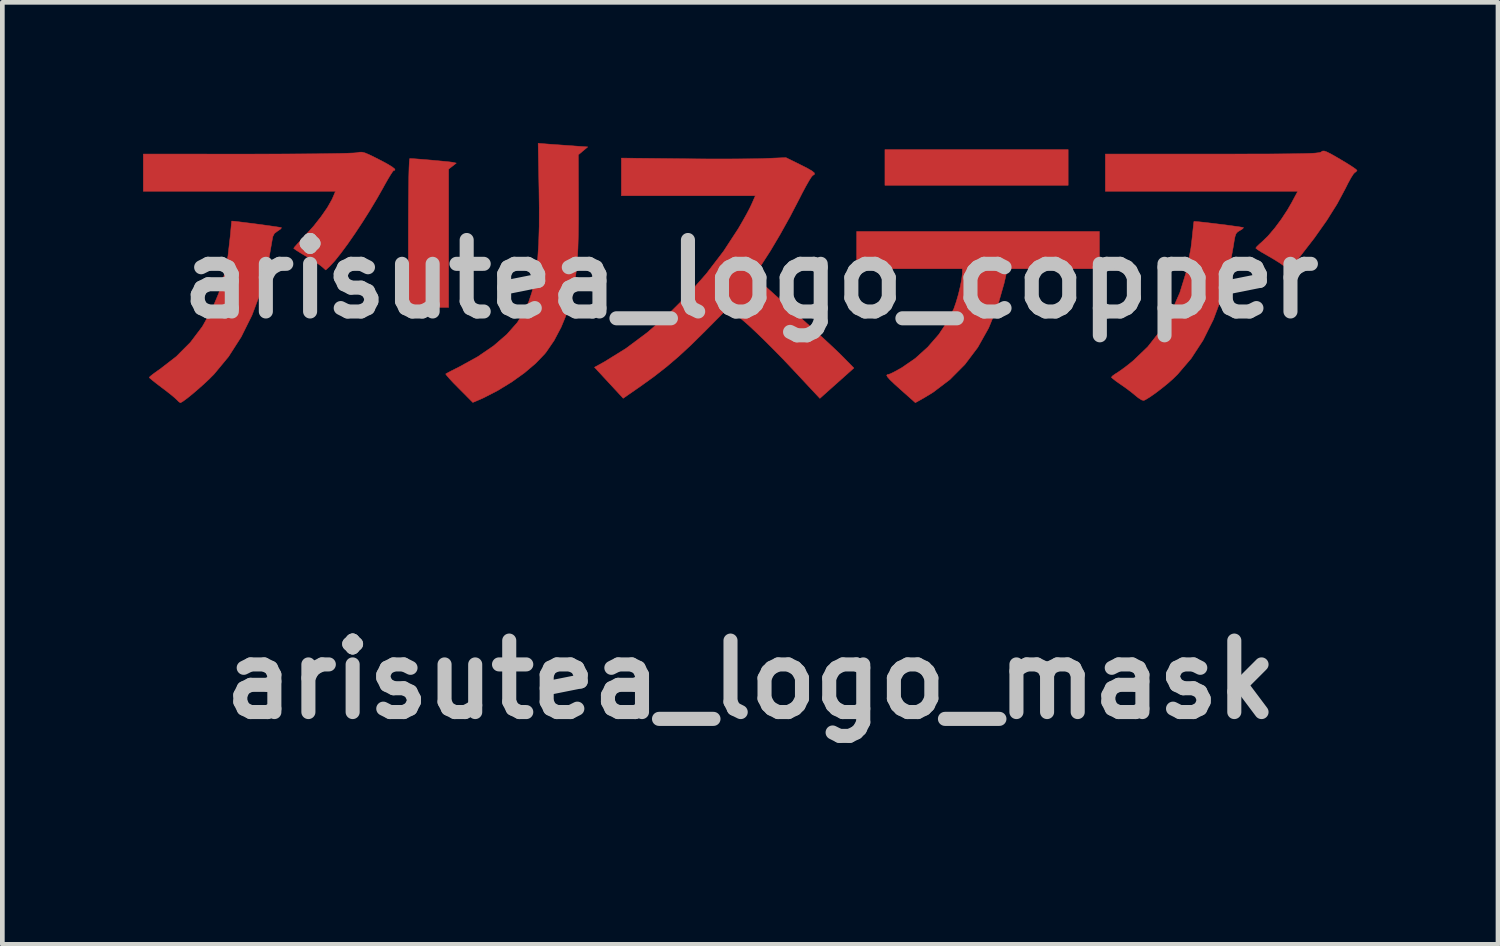
<source format=kicad_pcb>
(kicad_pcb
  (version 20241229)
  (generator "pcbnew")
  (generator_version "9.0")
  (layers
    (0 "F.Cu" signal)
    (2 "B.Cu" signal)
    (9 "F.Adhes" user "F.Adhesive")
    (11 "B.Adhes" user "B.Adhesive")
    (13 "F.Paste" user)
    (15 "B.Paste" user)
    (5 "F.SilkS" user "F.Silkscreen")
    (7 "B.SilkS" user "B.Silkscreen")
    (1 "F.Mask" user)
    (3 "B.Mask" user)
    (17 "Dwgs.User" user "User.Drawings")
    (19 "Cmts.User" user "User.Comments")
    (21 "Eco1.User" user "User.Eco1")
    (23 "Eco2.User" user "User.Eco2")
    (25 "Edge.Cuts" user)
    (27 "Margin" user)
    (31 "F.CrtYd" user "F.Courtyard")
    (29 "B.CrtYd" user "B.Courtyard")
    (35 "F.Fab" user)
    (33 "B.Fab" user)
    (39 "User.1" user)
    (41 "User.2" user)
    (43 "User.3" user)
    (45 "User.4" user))
  (footprint "arisutea_logo_mask"
    (layer "F.Cu")
    (at 12.959 11.441)
    (property "Reference" "arisutea_logo_mask" (at 0 0 0) (layer "Dwgs.User") (effects (font (size 1.524 1.524) (thickness 0.3))))
    (attr through_hole)
    (fp_poly (pts (xy 6.763 -2) (xy 2.857 -2) (xy 2.857 -2.762) (xy 6.763 -2.762) (xy 6.763 -2)) (stroke (width 0.01) (type solid)) (fill yes) (layer "F.Mask"))
    (fp_poly (pts (xy -7.211 -2.569) (xy -7.104 -2.561) (xy -6.966 -2.55) (xy -6.814 -2.537) (xy -6.662 -2.523) (xy -6.525 -2.51) (xy -6.419 -2.499) (xy -6.359 -2.491) (xy -6.355 -2.49) (xy -6.281 -2.474) (xy -6.445 -2.345) (xy -6.445 0.603) (xy -7.303 0.603) (xy -7.303 -0.984) (xy -7.302 -1.35) (xy -7.3 -1.675) (xy -7.297 -1.955) (xy -7.294 -2.186) (xy -7.289 -2.367) (xy -7.283 -2.493) (xy -7.277 -2.56) (xy -7.272 -2.572) (xy -7.211 -2.569)) (stroke (width 0.01) (type solid)) (fill yes) (layer "F.Mask"))
    (fp_poly (pts (xy 7.429 -0.222) (xy 5.469 -0.222) (xy 5.398 0.087) (xy 5.255 0.587) (xy 5.068 1.042) (xy 4.837 1.454) (xy 4.561 1.82) (xy 4.243 2.14) (xy 3.882 2.414) (xy 3.681 2.536) (xy 3.505 2.634) (xy 3.197 2.36) (xy 3.058 2.235) (xy 2.964 2.145) (xy 2.911 2.084) (xy 2.894 2.049) (xy 2.91 2.034) (xy 2.93 2.032) (xy 2.974 2.017) (xy 3.057 1.976) (xy 3.165 1.917) (xy 3.217 1.887) (xy 3.503 1.69) (xy 3.769 1.45) (xy 4.005 1.179) (xy 4.199 0.889) (xy 4.327 0.628) (xy 4.375 0.489) (xy 4.423 0.325) (xy 4.464 0.155) (xy 4.494 -0.001) (xy 4.508 -0.121) (xy 4.508 -0.142) (xy 4.508 -0.222) (xy 2.254 -0.222) (xy 2.254 -1.016) (xy 7.429 -1.016) (xy 7.429 -0.222)) (stroke (width 0.01) (type solid)) (fill yes) (layer "F.Mask"))
    (fp_poly (pts (xy -4.292 -2.877) (xy -4.138 -2.866) (xy -3.957 -2.853) (xy -3.784 -2.841) (xy -3.764 -2.839) (xy -3.479 -2.819) (xy -3.579 -2.735) (xy -3.679 -2.651) (xy -3.676 -1.619) (xy -3.676 -1.249) (xy -3.68 -0.932) (xy -3.688 -0.661) (xy -3.7 -0.425) (xy -3.718 -0.216) (xy -3.743 -0.024) (xy -3.774 0.16) (xy -3.812 0.345) (xy -3.828 0.413) (xy -3.92 0.719) (xy -4.046 1.025) (xy -4.197 1.31) (xy -4.365 1.555) (xy -4.397 1.595) (xy -4.589 1.795) (xy -4.828 1.998) (xy -5.102 2.194) (xy -5.396 2.374) (xy -5.695 2.528) (xy -5.814 2.581) (xy -5.929 2.629) (xy -6.225 2.331) (xy -6.334 2.221) (xy -6.422 2.127) (xy -6.482 2.058) (xy -6.507 2.023) (xy -6.507 2.021) (xy -6.474 2.002) (xy -6.398 1.961) (xy -6.289 1.906) (xy -6.206 1.864) (xy -5.819 1.65) (xy -5.485 1.421) (xy -5.204 1.178) (xy -4.981 0.926) (xy -4.819 0.666) (xy -4.815 0.659) (xy -4.736 0.48) (xy -4.671 0.286) (xy -4.617 0.072) (xy -4.576 -0.17) (xy -4.545 -0.444) (xy -4.525 -0.758) (xy -4.514 -1.118) (xy -4.513 -1.529) (xy -4.518 -1.916) (xy -4.536 -2.896) (xy -4.292 -2.877)) (stroke (width 0.01) (type solid)) (fill yes) (layer "F.Mask"))
    (fp_poly (pts (xy 12.276 -2.713) (xy 12.359 -2.672) (xy 12.481 -2.603) (xy 12.567 -2.552) (xy 12.7 -2.473) (xy 12.81 -2.403) (xy 12.887 -2.35) (xy 12.921 -2.32) (xy 12.922 -2.318) (xy 12.897 -2.286) (xy 12.876 -2.275) (xy 12.844 -2.241) (xy 12.793 -2.161) (xy 12.731 -2.048) (xy 12.672 -1.93) (xy 12.498 -1.605) (xy 12.275 -1.25) (xy 12.008 -0.872) (xy 11.701 -0.476) (xy 11.619 -0.377) (xy 11.472 -0.199) (xy 11.348 -0.293) (xy 11.258 -0.355) (xy 11.137 -0.43) (xy 11.008 -0.505) (xy 10.993 -0.514) (xy 10.888 -0.574) (xy 10.808 -0.625) (xy 10.766 -0.658) (xy 10.763 -0.663) (xy 10.786 -0.694) (xy 10.844 -0.75) (xy 10.9 -0.799) (xy 11.025 -0.921) (xy 11.164 -1.084) (xy 11.306 -1.274) (xy 11.438 -1.475) (xy 11.526 -1.627) (xy 11.658 -1.873) (xy 7.556 -1.873) (xy 7.556 -2.667) (xy 9.832 -2.667) (xy 10.273 -2.667) (xy 10.656 -2.668) (xy 10.983 -2.668) (xy 11.259 -2.67) (xy 11.489 -2.672) (xy 11.677 -2.675) (xy 11.826 -2.678) (xy 11.942 -2.682) (xy 12.028 -2.687) (xy 12.09 -2.694) (xy 12.13 -2.701) (xy 12.153 -2.709) (xy 12.16 -2.714) (xy 12.186 -2.731) (xy 12.222 -2.732) (xy 12.276 -2.713)) (stroke (width 0.01) (type solid)) (fill yes) (layer "F.Mask"))
    (fp_poly (pts (xy -11.008 -1.233) (xy -10.904 -1.221) (xy -10.768 -1.204) (xy -10.615 -1.185) (xy -10.455 -1.164) (xy -10.303 -1.143) (xy -10.17 -1.124) (xy -10.07 -1.109) (xy -10.015 -1.099) (xy -10.008 -1.097) (xy -10.022 -1.073) (xy -10.076 -1.034) (xy -10.091 -1.025) (xy -10.158 -0.975) (xy -10.193 -0.907) (xy -10.208 -0.826) (xy -10.306 -0.264) (xy -10.449 0.269) (xy -10.637 0.77) (xy -10.867 1.232) (xy -11.137 1.653) (xy -11.445 2.025) (xy -11.447 2.027) (xy -11.543 2.124) (xy -11.658 2.232) (xy -11.782 2.342) (xy -11.903 2.446) (xy -12.013 2.535) (xy -12.101 2.6) (xy -12.156 2.633) (xy -12.165 2.635) (xy -12.197 2.614) (xy -12.242 2.569) (xy -12.292 2.523) (xy -12.38 2.45) (xy -12.491 2.364) (xy -12.564 2.309) (xy -12.673 2.226) (xy -12.76 2.157) (xy -12.815 2.11) (xy -12.827 2.095) (xy -12.803 2.069) (xy -12.738 2.018) (xy -12.644 1.95) (xy -12.608 1.926) (xy -12.251 1.65) (xy -11.949 1.347) (xy -11.695 1.011) (xy -11.493 0.651) (xy -11.345 0.299) (xy -11.232 -0.079) (xy -11.149 -0.494) (xy -11.096 -0.956) (xy -11.096 -0.96) (xy -11.085 -1.084) (xy -11.076 -1.179) (xy -11.07 -1.232) (xy -11.069 -1.238) (xy -11.008 -1.233)) (stroke (width 0.01) (type solid)) (fill yes) (layer "F.Mask"))
    (fp_poly (pts (xy 9.477 -1.229) (xy 9.559 -1.222) (xy 9.678 -1.209) (xy 9.823 -1.192) (xy 9.979 -1.173) (xy 10.135 -1.154) (xy 10.278 -1.134) (xy 10.395 -1.118) (xy 10.474 -1.105) (xy 10.501 -1.099) (xy 10.486 -1.076) (xy 10.431 -1.041) (xy 10.421 -1.035) (xy 10.374 -1.006) (xy 10.342 -0.968) (xy 10.32 -0.906) (xy 10.301 -0.805) (xy 10.289 -0.723) (xy 10.184 -0.151) (xy 10.04 0.379) (xy 9.858 0.864) (xy 9.639 1.303) (xy 9.385 1.692) (xy 9.095 2.031) (xy 9.003 2.121) (xy 8.888 2.223) (xy 8.758 2.328) (xy 8.627 2.428) (xy 8.507 2.512) (xy 8.414 2.569) (xy 8.375 2.587) (xy 8.33 2.576) (xy 8.259 2.531) (xy 8.209 2.491) (xy 8.117 2.415) (xy 7.998 2.325) (xy 7.885 2.246) (xy 7.789 2.179) (xy 7.719 2.125) (xy 7.685 2.093) (xy 7.685 2.091) (xy 7.709 2.063) (xy 7.77 2.019) (xy 7.799 2.002) (xy 7.876 1.95) (xy 7.983 1.872) (xy 8.101 1.779) (xy 8.152 1.737) (xy 8.46 1.442) (xy 8.729 1.099) (xy 8.958 0.713) (xy 9.144 0.288) (xy 9.286 -0.171) (xy 9.38 -0.66) (xy 9.403 -0.852) (xy 9.418 -0.997) (xy 9.431 -1.117) (xy 9.44 -1.199) (xy 9.445 -1.23) (xy 9.477 -1.229)) (stroke (width 0.01) (type solid)) (fill yes) (layer "F.Mask"))
    (fp_poly (pts (xy -8.289 -2.707) (xy -8.226 -2.691) (xy -8.141 -2.655) (xy -8.02 -2.596) (xy -7.931 -2.551) (xy -7.761 -2.461) (xy -7.647 -2.392) (xy -7.59 -2.345) (xy -7.591 -2.321) (xy -7.615 -2.318) (xy -7.639 -2.291) (xy -7.686 -2.22) (xy -7.75 -2.113) (xy -7.823 -1.983) (xy -7.826 -1.976) (xy -7.966 -1.729) (xy -8.119 -1.473) (xy -8.279 -1.219) (xy -8.441 -0.974) (xy -8.597 -0.749) (xy -8.743 -0.552) (xy -8.871 -0.391) (xy -8.977 -0.276) (xy -8.99 -0.264) (xy -9.065 -0.195) (xy -9.154 -0.273) (xy -9.223 -0.324) (xy -9.328 -0.394) (xy -9.451 -0.47) (xy -9.496 -0.495) (xy -9.606 -0.561) (xy -9.692 -0.615) (xy -9.741 -0.65) (xy -9.747 -0.658) (xy -9.727 -0.687) (xy -9.67 -0.751) (xy -9.587 -0.841) (xy -9.496 -0.938) (xy -9.322 -1.131) (xy -9.164 -1.332) (xy -9.03 -1.525) (xy -8.932 -1.698) (xy -8.907 -1.754) (xy -8.857 -1.873) (xy -10.906 -1.873) (xy -12.954 -1.873) (xy -12.954 -2.27) (xy -12.954 -2.667) (xy -10.739 -2.666) (xy -10.32 -2.667) (xy -9.931 -2.668) (xy -9.576 -2.67) (xy -9.26 -2.672) (xy -8.987 -2.676) (xy -8.76 -2.68) (xy -8.585 -2.685) (xy -8.464 -2.69) (xy -8.402 -2.695) (xy -8.4 -2.696) (xy -8.343 -2.707) (xy -8.289 -2.707)) (stroke (width 0.01) (type solid)) (fill yes) (layer "F.Mask"))
    (fp_poly (pts (xy 1.056 -2.438) (xy 1.206 -2.362) (xy 1.302 -2.306) (xy 1.351 -2.266) (xy 1.357 -2.237) (xy 1.326 -2.215) (xy 1.318 -2.211) (xy 1.289 -2.178) (xy 1.238 -2.098) (xy 1.171 -1.98) (xy 1.093 -1.834) (xy 1.033 -1.716) (xy 0.834 -1.333) (xy 0.624 -0.956) (xy 0.415 -0.603) (xy 0.217 -0.296) (xy 0.064 -0.067) (xy 0.374 0.212) (xy 0.498 0.324) (xy 0.656 0.465) (xy 0.834 0.624) (xy 1.018 0.787) (xy 1.192 0.942) (xy 1.362 1.095) (xy 1.535 1.253) (xy 1.698 1.404) (xy 1.838 1.536) (xy 1.943 1.639) (xy 1.947 1.643) (xy 2.195 1.895) (xy 1.915 2.145) (xy 1.796 2.251) (xy 1.686 2.349) (xy 1.599 2.427) (xy 1.553 2.468) (xy 1.47 2.542) (xy 0.863 1.893) (xy 0.682 1.702) (xy 0.492 1.508) (xy 0.304 1.32) (xy 0.13 1.151) (xy -0.021 1.009) (xy -0.113 0.927) (xy -0.483 0.61) (xy -0.996 1.127) (xy -1.28 1.407) (xy -1.542 1.649) (xy -1.799 1.868) (xy -2.065 2.076) (xy -2.358 2.287) (xy -2.417 2.328) (xy -2.723 2.54) (xy -3.335 1.879) (xy -3.12 1.76) (xy -2.665 1.478) (xy -2.212 1.14) (xy -1.769 0.756) (xy -1.345 0.333) (xy -0.947 -0.12) (xy -0.583 -0.596) (xy -0.263 -1.086) (xy -0.263 -1.087) (xy -0.176 -1.237) (xy -0.092 -1.387) (xy -0.023 -1.518) (xy 0.015 -1.598) (xy 0.094 -1.778) (xy -2.762 -1.778) (xy -2.762 -2.581) (xy -1.468 -2.567) (xy -1.166 -2.564) (xy -0.864 -2.562) (xy -0.573 -2.562) (xy -0.304 -2.563) (xy -0.067 -2.565) (xy 0.129 -2.567) (xy 0.273 -2.571) (xy 0.286 -2.572) (xy 0.746 -2.591) (xy 1.056 -2.438)) (stroke (width 0.01) (type solid)) (fill yes) (layer "F.Mask")))
  (footprint "arisutea_logo_copper"
    (layer "F.Cu")
    (at 12.959 2.901)
    (property "Reference" "arisutea_logo_copper" (at 0 0 0) (layer "Dwgs.User") (effects (font (size 1.524 1.524) (thickness 0.3))))
    (attr through_hole)
    (fp_poly (pts (xy 6.763 -2) (xy 2.857 -2) (xy 2.857 -2.762) (xy 6.763 -2.762) (xy 6.763 -2)) (stroke (width 0.01) (type solid)) (fill yes) (layer "F.Cu"))
    (fp_poly (pts (xy -7.211 -2.569) (xy -7.104 -2.561) (xy -6.966 -2.55) (xy -6.814 -2.537) (xy -6.662 -2.523) (xy -6.525 -2.51) (xy -6.419 -2.499) (xy -6.359 -2.491) (xy -6.355 -2.49) (xy -6.281 -2.474) (xy -6.445 -2.345) (xy -6.445 0.603) (xy -7.303 0.603) (xy -7.303 -0.984) (xy -7.302 -1.35) (xy -7.3 -1.675) (xy -7.297 -1.955) (xy -7.294 -2.186) (xy -7.289 -2.367) (xy -7.283 -2.493) (xy -7.277 -2.56) (xy -7.272 -2.572) (xy -7.211 -2.569)) (stroke (width 0.01) (type solid)) (fill yes) (layer "F.Cu"))
    (fp_poly (pts (xy 7.429 -0.222) (xy 5.469 -0.222) (xy 5.398 0.087) (xy 5.255 0.587) (xy 5.068 1.042) (xy 4.837 1.454) (xy 4.561 1.82) (xy 4.243 2.14) (xy 3.882 2.414) (xy 3.681 2.536) (xy 3.505 2.634) (xy 3.197 2.36) (xy 3.058 2.235) (xy 2.964 2.145) (xy 2.911 2.084) (xy 2.894 2.049) (xy 2.91 2.034) (xy 2.93 2.032) (xy 2.974 2.017) (xy 3.057 1.976) (xy 3.165 1.917) (xy 3.217 1.887) (xy 3.503 1.69) (xy 3.769 1.45) (xy 4.005 1.179) (xy 4.199 0.889) (xy 4.327 0.628) (xy 4.375 0.489) (xy 4.423 0.325) (xy 4.464 0.155) (xy 4.494 -0.001) (xy 4.508 -0.121) (xy 4.508 -0.142) (xy 4.508 -0.222) (xy 2.254 -0.222) (xy 2.254 -1.016) (xy 7.429 -1.016) (xy 7.429 -0.222)) (stroke (width 0.01) (type solid)) (fill yes) (layer "F.Cu"))
    (fp_poly (pts (xy -4.292 -2.877) (xy -4.138 -2.866) (xy -3.957 -2.853) (xy -3.784 -2.841) (xy -3.764 -2.839) (xy -3.479 -2.819) (xy -3.579 -2.735) (xy -3.679 -2.651) (xy -3.676 -1.619) (xy -3.676 -1.249) (xy -3.68 -0.932) (xy -3.688 -0.661) (xy -3.7 -0.425) (xy -3.718 -0.216) (xy -3.743 -0.024) (xy -3.774 0.16) (xy -3.812 0.345) (xy -3.828 0.413) (xy -3.92 0.719) (xy -4.046 1.025) (xy -4.197 1.31) (xy -4.365 1.555) (xy -4.397 1.595) (xy -4.589 1.795) (xy -4.828 1.998) (xy -5.102 2.194) (xy -5.396 2.374) (xy -5.695 2.528) (xy -5.814 2.581) (xy -5.929 2.629) (xy -6.225 2.331) (xy -6.334 2.221) (xy -6.422 2.127) (xy -6.482 2.058) (xy -6.507 2.023) (xy -6.507 2.021) (xy -6.474 2.002) (xy -6.398 1.961) (xy -6.289 1.906) (xy -6.206 1.864) (xy -5.819 1.65) (xy -5.485 1.421) (xy -5.204 1.178) (xy -4.981 0.926) (xy -4.819 0.666) (xy -4.815 0.659) (xy -4.736 0.48) (xy -4.671 0.286) (xy -4.617 0.072) (xy -4.576 -0.17) (xy -4.545 -0.444) (xy -4.525 -0.758) (xy -4.514 -1.118) (xy -4.513 -1.529) (xy -4.518 -1.916) (xy -4.536 -2.896) (xy -4.292 -2.877)) (stroke (width 0.01) (type solid)) (fill yes) (layer "F.Cu"))
    (fp_poly (pts (xy 12.276 -2.713) (xy 12.359 -2.672) (xy 12.481 -2.603) (xy 12.567 -2.552) (xy 12.7 -2.473) (xy 12.81 -2.403) (xy 12.887 -2.35) (xy 12.921 -2.32) (xy 12.922 -2.318) (xy 12.897 -2.286) (xy 12.876 -2.275) (xy 12.844 -2.241) (xy 12.793 -2.161) (xy 12.731 -2.048) (xy 12.672 -1.93) (xy 12.498 -1.605) (xy 12.275 -1.25) (xy 12.008 -0.872) (xy 11.701 -0.476) (xy 11.619 -0.377) (xy 11.472 -0.199) (xy 11.348 -0.293) (xy 11.258 -0.355) (xy 11.137 -0.43) (xy 11.008 -0.505) (xy 10.993 -0.514) (xy 10.888 -0.574) (xy 10.808 -0.625) (xy 10.766 -0.658) (xy 10.763 -0.663) (xy 10.786 -0.694) (xy 10.844 -0.75) (xy 10.9 -0.799) (xy 11.025 -0.921) (xy 11.164 -1.084) (xy 11.306 -1.274) (xy 11.438 -1.475) (xy 11.526 -1.627) (xy 11.658 -1.873) (xy 7.556 -1.873) (xy 7.556 -2.667) (xy 9.832 -2.667) (xy 10.273 -2.667) (xy 10.656 -2.668) (xy 10.983 -2.668) (xy 11.259 -2.67) (xy 11.489 -2.672) (xy 11.677 -2.675) (xy 11.826 -2.678) (xy 11.942 -2.682) (xy 12.028 -2.687) (xy 12.09 -2.694) (xy 12.13 -2.701) (xy 12.153 -2.709) (xy 12.16 -2.714) (xy 12.186 -2.731) (xy 12.222 -2.732) (xy 12.276 -2.713)) (stroke (width 0.01) (type solid)) (fill yes) (layer "F.Cu"))
    (fp_poly (pts (xy -11.008 -1.233) (xy -10.904 -1.221) (xy -10.768 -1.204) (xy -10.615 -1.185) (xy -10.455 -1.164) (xy -10.303 -1.143) (xy -10.17 -1.124) (xy -10.07 -1.109) (xy -10.015 -1.099) (xy -10.008 -1.097) (xy -10.022 -1.073) (xy -10.076 -1.034) (xy -10.091 -1.025) (xy -10.158 -0.975) (xy -10.193 -0.907) (xy -10.208 -0.826) (xy -10.306 -0.264) (xy -10.449 0.269) (xy -10.637 0.77) (xy -10.867 1.232) (xy -11.137 1.653) (xy -11.445 2.025) (xy -11.447 2.027) (xy -11.543 2.124) (xy -11.658 2.232) (xy -11.782 2.342) (xy -11.903 2.446) (xy -12.013 2.535) (xy -12.101 2.6) (xy -12.156 2.633) (xy -12.165 2.635) (xy -12.197 2.614) (xy -12.242 2.569) (xy -12.292 2.523) (xy -12.38 2.45) (xy -12.491 2.364) (xy -12.564 2.309) (xy -12.673 2.226) (xy -12.76 2.157) (xy -12.815 2.11) (xy -12.827 2.095) (xy -12.803 2.069) (xy -12.738 2.018) (xy -12.644 1.95) (xy -12.608 1.926) (xy -12.251 1.65) (xy -11.949 1.347) (xy -11.695 1.011) (xy -11.493 0.651) (xy -11.345 0.299) (xy -11.232 -0.079) (xy -11.149 -0.494) (xy -11.096 -0.956) (xy -11.096 -0.96) (xy -11.085 -1.084) (xy -11.076 -1.179) (xy -11.07 -1.232) (xy -11.069 -1.238) (xy -11.008 -1.233)) (stroke (width 0.01) (type solid)) (fill yes) (layer "F.Cu"))
    (fp_poly (pts (xy 9.477 -1.229) (xy 9.559 -1.222) (xy 9.678 -1.209) (xy 9.823 -1.192) (xy 9.979 -1.173) (xy 10.135 -1.154) (xy 10.278 -1.134) (xy 10.395 -1.118) (xy 10.474 -1.105) (xy 10.501 -1.099) (xy 10.486 -1.076) (xy 10.431 -1.041) (xy 10.421 -1.035) (xy 10.374 -1.006) (xy 10.342 -0.968) (xy 10.32 -0.906) (xy 10.301 -0.805) (xy 10.289 -0.723) (xy 10.184 -0.151) (xy 10.04 0.379) (xy 9.858 0.864) (xy 9.639 1.303) (xy 9.385 1.692) (xy 9.095 2.031) (xy 9.003 2.121) (xy 8.888 2.223) (xy 8.758 2.328) (xy 8.627 2.428) (xy 8.507 2.512) (xy 8.414 2.569) (xy 8.375 2.587) (xy 8.33 2.576) (xy 8.259 2.531) (xy 8.209 2.491) (xy 8.117 2.415) (xy 7.998 2.325) (xy 7.885 2.246) (xy 7.789 2.179) (xy 7.719 2.125) (xy 7.685 2.093) (xy 7.685 2.091) (xy 7.709 2.063) (xy 7.77 2.019) (xy 7.799 2.002) (xy 7.876 1.95) (xy 7.983 1.872) (xy 8.101 1.779) (xy 8.152 1.737) (xy 8.46 1.442) (xy 8.729 1.099) (xy 8.958 0.713) (xy 9.144 0.288) (xy 9.286 -0.171) (xy 9.38 -0.66) (xy 9.403 -0.852) (xy 9.418 -0.997) (xy 9.431 -1.117) (xy 9.44 -1.199) (xy 9.445 -1.23) (xy 9.477 -1.229)) (stroke (width 0.01) (type solid)) (fill yes) (layer "F.Cu"))
    (fp_poly (pts (xy -8.289 -2.707) (xy -8.226 -2.691) (xy -8.141 -2.655) (xy -8.02 -2.596) (xy -7.931 -2.551) (xy -7.761 -2.461) (xy -7.647 -2.392) (xy -7.59 -2.345) (xy -7.591 -2.321) (xy -7.615 -2.318) (xy -7.639 -2.291) (xy -7.686 -2.22) (xy -7.75 -2.113) (xy -7.823 -1.983) (xy -7.826 -1.976) (xy -7.966 -1.729) (xy -8.119 -1.473) (xy -8.279 -1.219) (xy -8.441 -0.974) (xy -8.597 -0.749) (xy -8.743 -0.552) (xy -8.871 -0.391) (xy -8.977 -0.276) (xy -8.99 -0.264) (xy -9.065 -0.195) (xy -9.154 -0.273) (xy -9.223 -0.324) (xy -9.328 -0.394) (xy -9.451 -0.47) (xy -9.496 -0.495) (xy -9.606 -0.561) (xy -9.692 -0.615) (xy -9.741 -0.65) (xy -9.747 -0.658) (xy -9.727 -0.687) (xy -9.67 -0.751) (xy -9.587 -0.841) (xy -9.496 -0.938) (xy -9.322 -1.131) (xy -9.164 -1.332) (xy -9.03 -1.525) (xy -8.932 -1.698) (xy -8.907 -1.754) (xy -8.857 -1.873) (xy -10.906 -1.873) (xy -12.954 -1.873) (xy -12.954 -2.27) (xy -12.954 -2.667) (xy -10.739 -2.666) (xy -10.32 -2.667) (xy -9.931 -2.668) (xy -9.576 -2.67) (xy -9.26 -2.672) (xy -8.987 -2.676) (xy -8.76 -2.68) (xy -8.585 -2.685) (xy -8.464 -2.69) (xy -8.402 -2.695) (xy -8.4 -2.696) (xy -8.343 -2.707) (xy -8.289 -2.707)) (stroke (width 0.01) (type solid)) (fill yes) (layer "F.Cu"))
    (fp_poly (pts (xy 1.056 -2.438) (xy 1.206 -2.362) (xy 1.302 -2.306) (xy 1.351 -2.266) (xy 1.357 -2.237) (xy 1.326 -2.215) (xy 1.318 -2.211) (xy 1.289 -2.178) (xy 1.238 -2.098) (xy 1.171 -1.98) (xy 1.093 -1.834) (xy 1.033 -1.716) (xy 0.834 -1.333) (xy 0.624 -0.956) (xy 0.415 -0.603) (xy 0.217 -0.296) (xy 0.064 -0.067) (xy 0.374 0.212) (xy 0.498 0.324) (xy 0.656 0.465) (xy 0.834 0.624) (xy 1.018 0.787) (xy 1.192 0.942) (xy 1.362 1.095) (xy 1.535 1.253) (xy 1.698 1.404) (xy 1.838 1.536) (xy 1.943 1.639) (xy 1.947 1.643) (xy 2.195 1.895) (xy 1.915 2.145) (xy 1.796 2.251) (xy 1.686 2.349) (xy 1.599 2.427) (xy 1.553 2.468) (xy 1.47 2.542) (xy 0.863 1.893) (xy 0.682 1.702) (xy 0.492 1.508) (xy 0.304 1.32) (xy 0.13 1.151) (xy -0.021 1.009) (xy -0.113 0.927) (xy -0.483 0.61) (xy -0.996 1.127) (xy -1.28 1.407) (xy -1.542 1.649) (xy -1.799 1.868) (xy -2.065 2.076) (xy -2.358 2.287) (xy -2.417 2.328) (xy -2.723 2.54) (xy -3.335 1.879) (xy -3.12 1.76) (xy -2.665 1.478) (xy -2.212 1.14) (xy -1.769 0.756) (xy -1.345 0.333) (xy -0.947 -0.12) (xy -0.583 -0.596) (xy -0.263 -1.086) (xy -0.263 -1.087) (xy -0.176 -1.237) (xy -0.092 -1.387) (xy -0.023 -1.518) (xy 0.015 -1.598) (xy 0.094 -1.778) (xy -2.762 -1.778) (xy -2.762 -2.581) (xy -1.468 -2.567) (xy -1.166 -2.564) (xy -0.864 -2.562) (xy -0.573 -2.562) (xy -0.304 -2.563) (xy -0.067 -2.565) (xy 0.129 -2.567) (xy 0.273 -2.571) (xy 0.286 -2.572) (xy 0.746 -2.591) (xy 1.056 -2.438)) (stroke (width 0.01) (type solid)) (fill yes) (layer "F.Cu")))
  (gr_rect
    (start -3 -3)
    (end 28.886 17.082)
    (stroke (width 0.1) (type default))
    (fill no)
    (layer "Edge.Cuts")))
</source>
